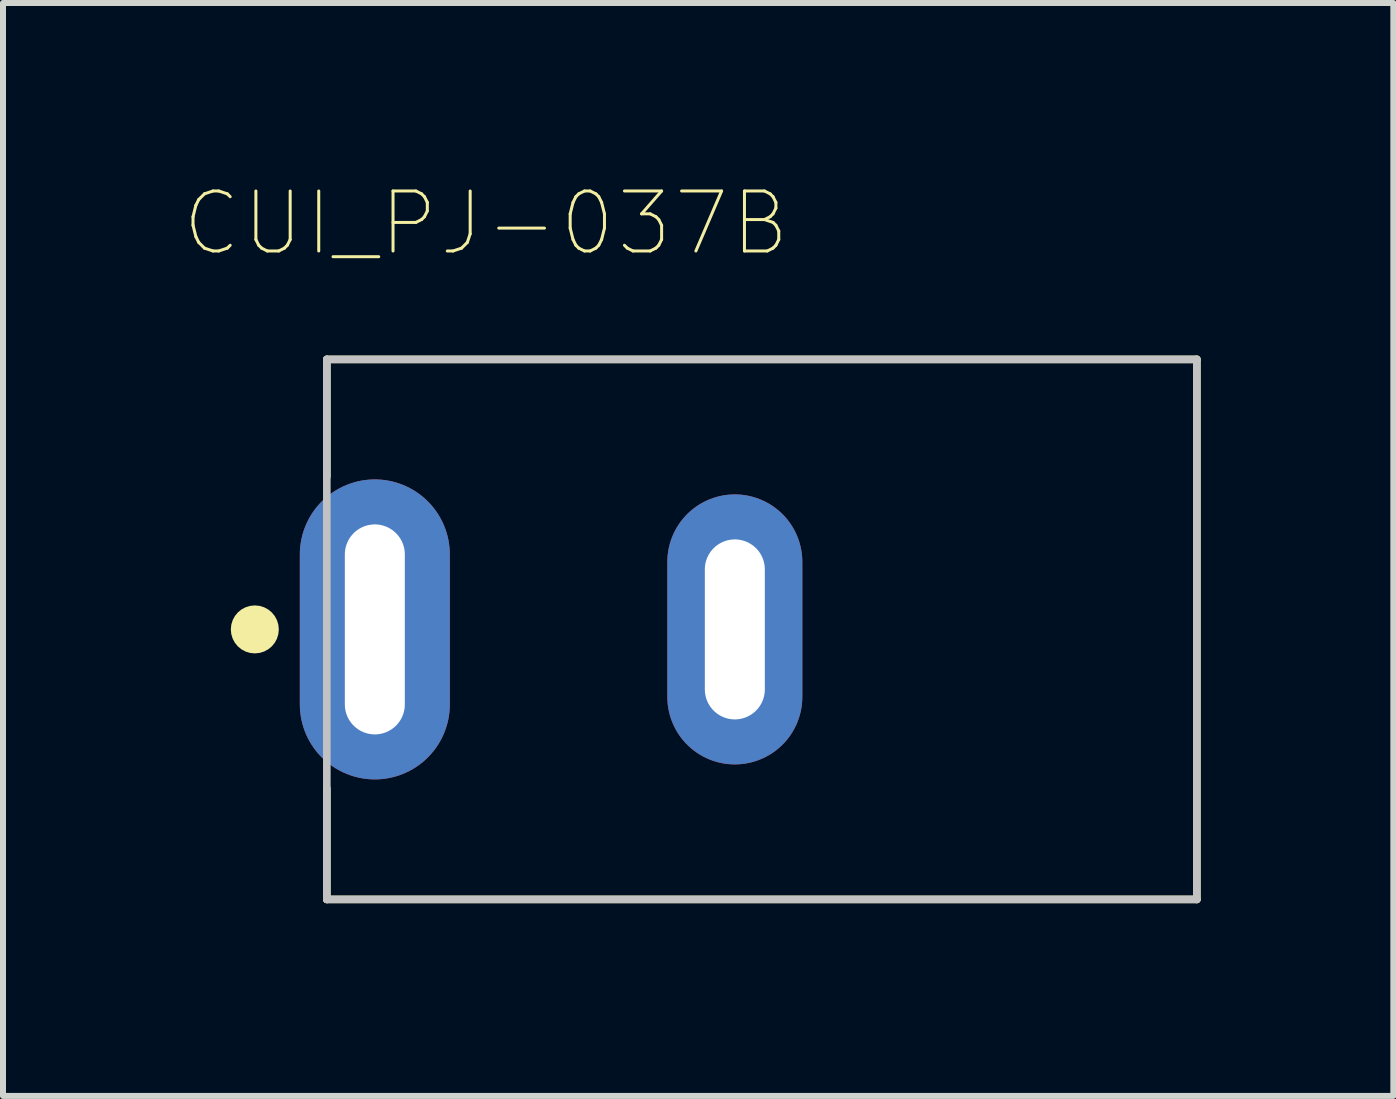
<source format=kicad_pcb>
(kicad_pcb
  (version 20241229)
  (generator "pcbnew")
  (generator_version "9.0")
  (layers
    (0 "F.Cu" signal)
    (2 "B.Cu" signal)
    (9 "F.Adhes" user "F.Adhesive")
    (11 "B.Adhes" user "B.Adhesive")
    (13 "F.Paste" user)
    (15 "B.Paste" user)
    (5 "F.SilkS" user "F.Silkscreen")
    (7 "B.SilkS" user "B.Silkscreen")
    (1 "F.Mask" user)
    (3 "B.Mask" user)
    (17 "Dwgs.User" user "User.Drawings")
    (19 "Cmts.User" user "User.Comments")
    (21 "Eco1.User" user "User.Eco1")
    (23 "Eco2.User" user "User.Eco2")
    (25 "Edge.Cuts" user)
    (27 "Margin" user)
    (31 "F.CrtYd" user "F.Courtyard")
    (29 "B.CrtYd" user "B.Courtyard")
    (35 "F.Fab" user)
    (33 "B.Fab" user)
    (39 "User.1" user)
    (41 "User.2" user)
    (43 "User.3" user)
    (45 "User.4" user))
  (footprint "CUI_PJ-037B"
    (layer "F.Cu")
    (at 3.197 7.44)
    (property "Reference" "CUI_PJ-037B" (at 1.851 -6.767 0) (layer "F.SilkS") (effects (font (size 1 1) (thickness 0.05))))
    (attr through_hole)
    (fp_line (start -0.8 -4.5) (end 13.7 -4.5) (stroke (width 0.127) (type solid)) (layer "F.SilkS"))
    (fp_line (start -0.8 -2.55) (end -0.8 -4.5) (stroke (width 0.127) (type solid)) (layer "F.SilkS"))
    (fp_line (start -0.8 4.5) (end -0.8 2.65) (stroke (width 0.127) (type solid)) (layer "F.SilkS"))
    (fp_line (start 13.7 -4.5) (end 13.7 4.5) (stroke (width 0.127) (type solid)) (layer "F.SilkS"))
    (fp_line (start 13.7 4.5) (end -0.8 4.5) (stroke (width 0.127) (type solid)) (layer "F.SilkS"))
    (fp_circle (center -2 0) (end -1.8 0) (stroke (width 0.4) (type solid)) (fill no) (layer "F.SilkS"))
    (fp_line (start -0.8 -4.5) (end 13.7 -4.5) (stroke (width 0.127) (type solid)) (layer "Dwgs.User"))
    (fp_line (start -0.8 4.5) (end -0.8 -4.5) (stroke (width 0.127) (type solid)) (layer "Dwgs.User"))
    (fp_line (start 13.7 -4.5) (end 13.7 4.5) (stroke (width 0.127) (type solid)) (layer "Dwgs.User"))
    (fp_line (start 13.7 4.5) (end -0.8 4.5) (stroke (width 0.127) (type solid)) (layer "Dwgs.User"))
    (fp_line (start -1.55 -2.25) (end -1.55 2.35) (stroke (width 0.05) (type solid)) (layer "Eco1.User"))
    (fp_line (start -1.55 2.35) (end -1.1 2.35) (stroke (width 0.05) (type solid)) (layer "Eco1.User"))
    (fp_line (start -1.1 -4.75) (end 13.95 -4.75) (stroke (width 0.05) (type solid)) (layer "Eco1.User"))
    (fp_line (start -1.1 -2.25) (end -1.55 -2.25) (stroke (width 0.05) (type solid)) (layer "Eco1.User"))
    (fp_line (start -1.1 -2.25) (end -1.1 -4.75) (stroke (width 0.05) (type solid)) (layer "Eco1.User"))
    (fp_line (start -1.1 4.75) (end -1.1 2.35) (stroke (width 0.05) (type solid)) (layer "Eco1.User"))
    (fp_line (start 13.95 -4.75) (end 13.95 4.75) (stroke (width 0.05) (type solid)) (layer "Eco1.User"))
    (fp_line (start 13.95 4.75) (end -1.1 4.75) (stroke (width 0.05) (type solid)) (layer "Eco1.User"))
    (fp_line (start -0.5 -1.75) (end 0.5 -1.75) (stroke (width 0.0001) (type solid)) (layer "Edge.Cuts"))
    (fp_line (start -0.5 1.75) (end -0.5 -1.75) (stroke (width 0.0001) (type solid)) (layer "Edge.Cuts"))
    (fp_line (start 0.5 -1.75) (end 0.5 1.75) (stroke (width 0.0001) (type solid)) (layer "Edge.Cuts"))
    (fp_line (start 0.5 1.75) (end -0.5 1.75) (stroke (width 0.0001) (type solid)) (layer "Edge.Cuts"))
    (fp_line (start 5.5 -1.5) (end 6.5 -1.5) (stroke (width 0.0001) (type solid)) (layer "Edge.Cuts"))
    (fp_line (start 5.5 1.5) (end 5.5 -1.5) (stroke (width 0.0001) (type solid)) (layer "Edge.Cuts"))
    (fp_line (start 6.5 -1.5) (end 6.5 1.5) (stroke (width 0.0001) (type solid)) (layer "Edge.Cuts"))
    (fp_line (start 6.5 1.5) (end 5.5 1.5) (stroke (width 0.0001) (type solid)) (layer "Edge.Cuts"))
    (pad "1" thru_hole oval (at 0 0 90) (size 5 2.5) (drill oval 3.5 1) (layers "*.Cu" "*.Mask"))
    (pad "2" thru_hole oval (at 6 0 90) (size 4.5 2.25) (drill oval 3 1) (layers "*.Cu" "*.Mask")))
  (gr_rect
    (start -3 -3)
    (end 20.172 15.215)
    (stroke (width 0.1) (type default))
    (fill no)
    (layer "Edge.Cuts")))
</source>
